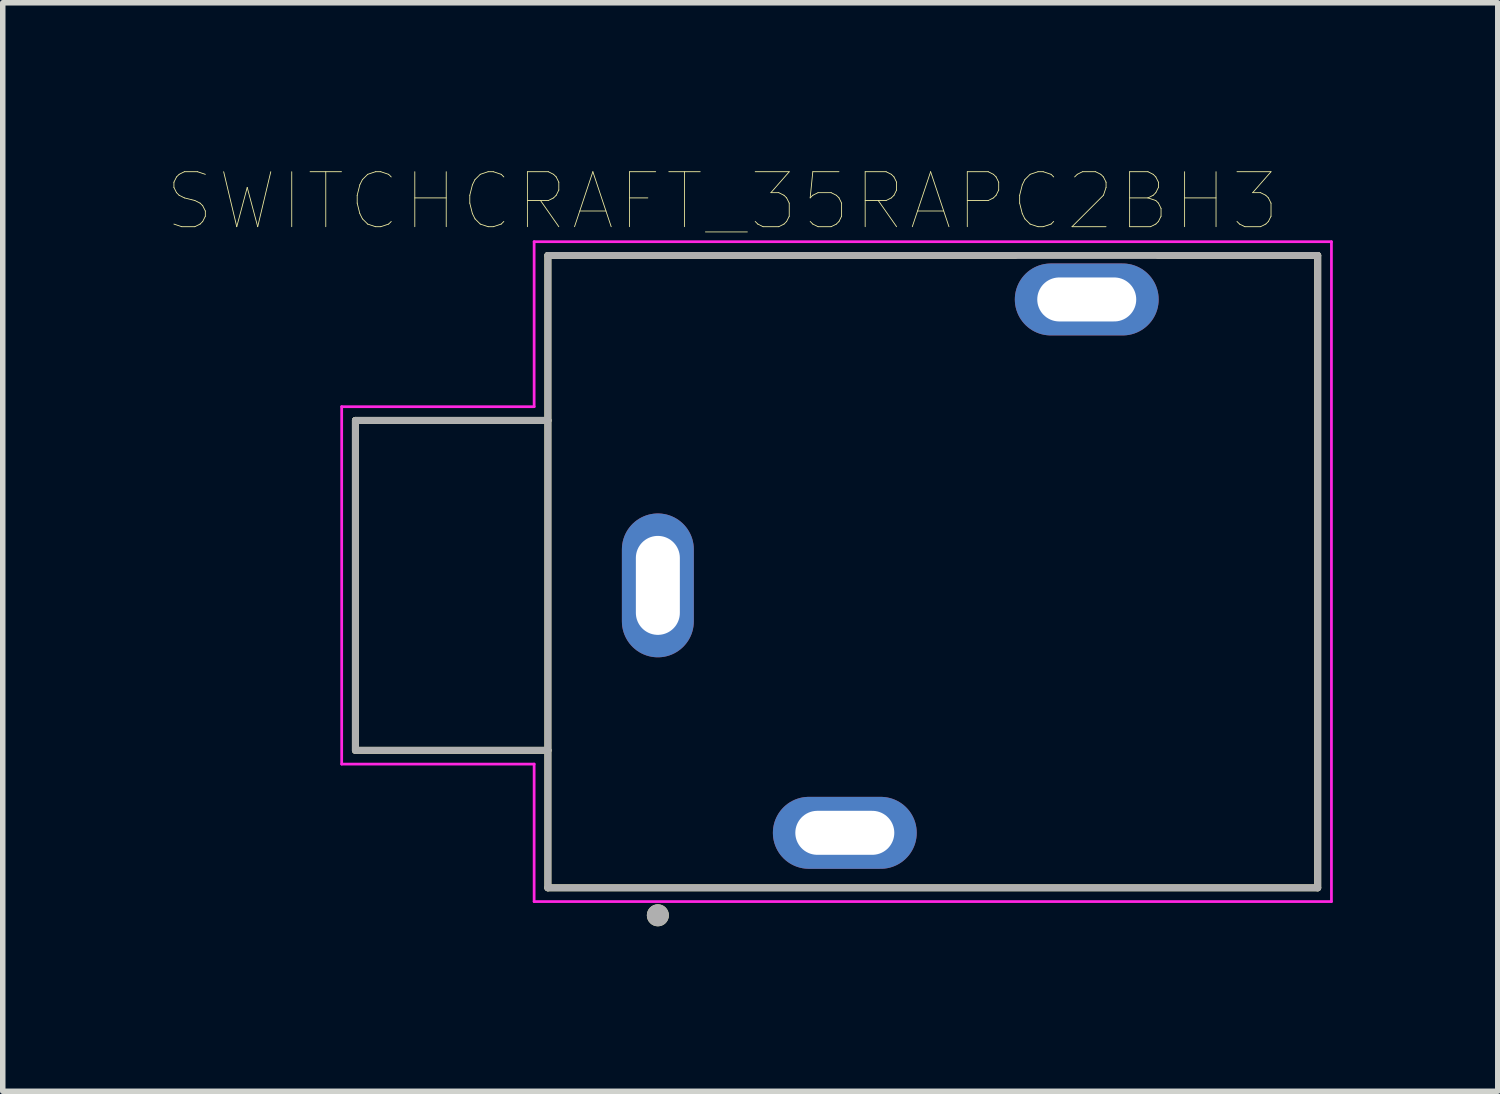
<source format=kicad_pcb>
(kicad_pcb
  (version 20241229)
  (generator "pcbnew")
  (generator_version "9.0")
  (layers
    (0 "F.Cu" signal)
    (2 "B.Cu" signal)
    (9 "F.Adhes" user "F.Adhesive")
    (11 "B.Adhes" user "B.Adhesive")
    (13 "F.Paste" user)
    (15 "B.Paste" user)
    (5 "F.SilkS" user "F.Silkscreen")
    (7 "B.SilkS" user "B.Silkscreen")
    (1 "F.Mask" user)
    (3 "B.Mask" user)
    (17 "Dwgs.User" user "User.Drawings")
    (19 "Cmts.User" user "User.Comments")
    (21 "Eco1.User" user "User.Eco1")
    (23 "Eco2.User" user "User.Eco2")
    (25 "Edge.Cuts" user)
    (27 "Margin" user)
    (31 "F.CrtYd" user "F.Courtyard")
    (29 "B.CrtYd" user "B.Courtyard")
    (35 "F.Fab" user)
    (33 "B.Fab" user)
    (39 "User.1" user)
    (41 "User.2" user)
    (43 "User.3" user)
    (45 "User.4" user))
  (footprint "SWITCHCRAFT_35RAPC2BH3"
    (layer "F.Cu")
    (at 6.914 7.596)
    (property "Reference" "SWITCHCRAFT_35RAPC2BH3" (at 3.175 -6.985 0) (layer "F.SilkS") (effects (font (size 1 1) (thickness 0.015))))
    (attr through_hole)
    (fp_line (start -3.5 -3) (end -3.5 3) (stroke (width 0.127) (type solid)) (layer "F.SilkS"))
    (fp_line (start -3.5 3) (end 0 3) (stroke (width 0.127) (type solid)) (layer "F.SilkS"))
    (fp_line (start 0 -6) (end 8.5 -6) (stroke (width 0.127) (type solid)) (layer "F.SilkS"))
    (fp_line (start 0 -3) (end -3.5 -3) (stroke (width 0.127) (type solid)) (layer "F.SilkS"))
    (fp_line (start 0 -3) (end 0 -6) (stroke (width 0.127) (type solid)) (layer "F.SilkS"))
    (fp_line (start 0 3) (end 0 -3) (stroke (width 0.127) (type solid)) (layer "F.SilkS"))
    (fp_line (start 0 5.5) (end 0 3) (stroke (width 0.127) (type solid)) (layer "F.SilkS"))
    (fp_line (start 11.1 -6) (end 14 -6) (stroke (width 0.127) (type solid)) (layer "F.SilkS"))
    (fp_line (start 14 -6) (end 14 5.5) (stroke (width 0.127) (type solid)) (layer "F.SilkS"))
    (fp_line (start 14 5.5) (end 0 5.5) (stroke (width 0.127) (type solid)) (layer "F.SilkS"))
    (fp_circle (center 2 6) (end 2.1 6) (stroke (width 0.2) (type solid)) (fill no) (layer "F.SilkS"))
    (fp_line (start -3.75 -3.25) (end -0.25 -3.25) (stroke (width 0.05) (type solid)) (layer "F.CrtYd"))
    (fp_line (start -3.75 3.25) (end -3.75 -3.25) (stroke (width 0.05) (type solid)) (layer "F.CrtYd"))
    (fp_line (start -0.25 -6.25) (end 14.25 -6.25) (stroke (width 0.05) (type solid)) (layer "F.CrtYd"))
    (fp_line (start -0.25 -3.25) (end -0.25 -6.25) (stroke (width 0.05) (type solid)) (layer "F.CrtYd"))
    (fp_line (start -0.25 3.25) (end -3.75 3.25) (stroke (width 0.05) (type solid)) (layer "F.CrtYd"))
    (fp_line (start -0.25 5.75) (end -0.25 3.25) (stroke (width 0.05) (type solid)) (layer "F.CrtYd"))
    (fp_line (start 14.25 -6.25) (end 14.25 5.75) (stroke (width 0.05) (type solid)) (layer "F.CrtYd"))
    (fp_line (start 14.25 5.75) (end -0.25 5.75) (stroke (width 0.05) (type solid)) (layer "F.CrtYd"))
    (fp_line (start -3.5 -3) (end -3.5 3) (stroke (width 0.127) (type solid)) (layer "F.Fab"))
    (fp_line (start -3.5 3) (end 0 3) (stroke (width 0.127) (type solid)) (layer "F.Fab"))
    (fp_line (start 0 -6) (end 14 -6) (stroke (width 0.127) (type solid)) (layer "F.Fab"))
    (fp_line (start 0 -3) (end -3.5 -3) (stroke (width 0.127) (type solid)) (layer "F.Fab"))
    (fp_line (start 0 -3) (end 0 -6) (stroke (width 0.127) (type solid)) (layer "F.Fab"))
    (fp_line (start 0 3) (end 0 -3) (stroke (width 0.127) (type solid)) (layer "F.Fab"))
    (fp_line (start 0 5.5) (end 0 3) (stroke (width 0.127) (type solid)) (layer "F.Fab"))
    (fp_line (start 14 -6) (end 14 5.5) (stroke (width 0.127) (type solid)) (layer "F.Fab"))
    (fp_line (start 14 5.5) (end 0 5.5) (stroke (width 0.127) (type solid)) (layer "F.Fab"))
    (fp_circle (center 2 6) (end 2.1 6) (stroke (width 0.2) (type solid)) (fill no) (layer "F.Fab"))
    (pad "1" thru_hole oval (at 2 0) (size 1.308 2.616) (drill oval 0.8 1.8) (layers "*.Cu" "*.Mask"))
    (pad "2" thru_hole oval (at 9.8 -5.2) (size 2.616 1.308) (drill oval 1.8 0.8) (layers "*.Cu" "*.Mask"))
    (pad "5" thru_hole oval (at 5.4 4.5) (size 2.616 1.308) (drill oval 1.8 0.8) (layers "*.Cu" "*.Mask")))
  (gr_rect
    (start -3 -3)
    (end 24.189 16.796)
    (stroke (width 0.1) (type default))
    (fill no)
    (layer "Edge.Cuts")))
</source>
